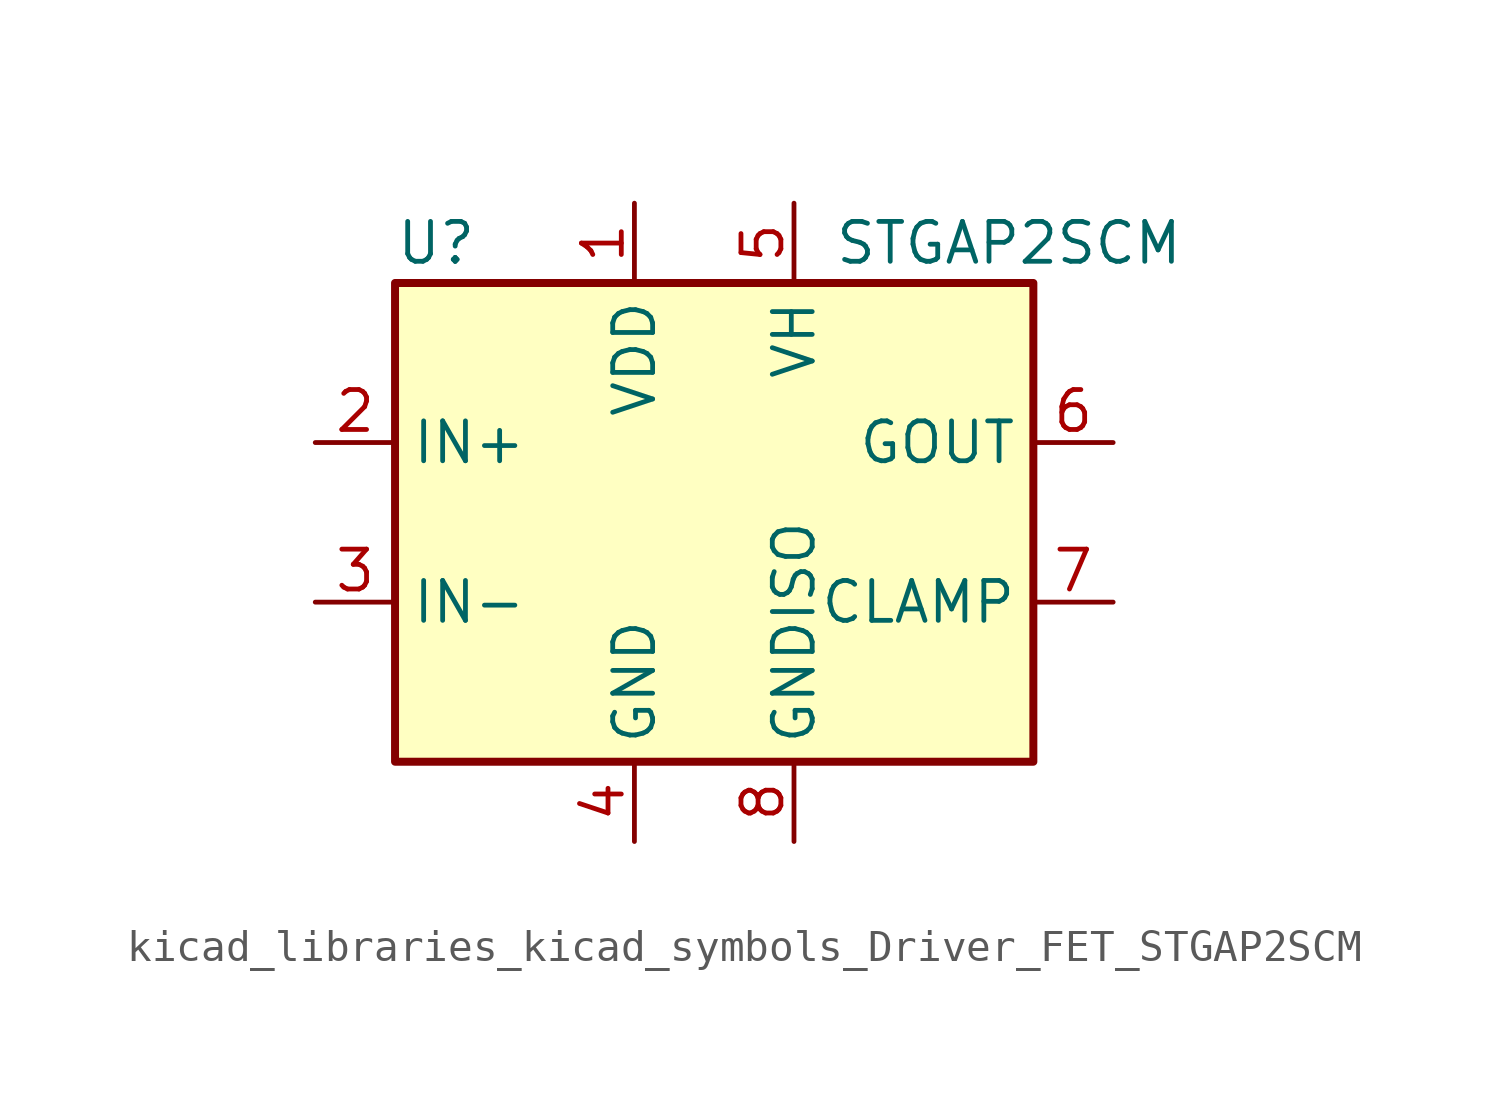
<source format=kicad_sym>
(kicad_symbol_lib
  (version 20220914)
  (generator kicad_symbol_editor)
  (symbol "kicad_libraries_kicad_symbols_Driver_FET_STGAP2SCM"
    (property "Reference" "U"
      (at -10.16 8.89 0)
      (effects (font (size 1.27 1.27)) (justify left)))
    (property "Value" "STGAP2SCM"
      (at 3.81 8.89 0)
      (effects (font (size 1.27 1.27)) (justify left)))
    (symbol "kicad_libraries_kicad_symbols_Driver_FET_STGAP2SCM_0_1"
      (rectangle (start -10.16 -7.62) (end 10.16 7.62) (stroke (width 0.254) (type default)) (fill (type background))))
    (symbol "kicad_libraries_kicad_symbols_Driver_FET_STGAP2SCM_1_1"
      (pin power_in line (at -2.54 10.16 270) (length 2.54) (name "VDD" (effects (font (size 1.27 1.27)))) (number "1" (effects (font (size 1.27 1.27)))))
      (pin input line (at -12.7 2.54 0) (length 2.54) (name "IN+" (effects (font (size 1.27 1.27)))) (number "2" (effects (font (size 1.27 1.27)))))
      (pin input line (at -12.7 -2.54 0) (length 2.54) (name "IN-" (effects (font (size 1.27 1.27)))) (number "3" (effects (font (size 1.27 1.27)))))
      (pin power_in line (at -2.54 -10.16 90) (length 2.54) (name "GND" (effects (font (size 1.27 1.27)))) (number "4" (effects (font (size 1.27 1.27)))))
      (pin power_in line (at 2.54 10.16 270) (length 2.54) (name "VH" (effects (font (size 1.27 1.27)))) (number "5" (effects (font (size 1.27 1.27)))))
      (pin output line (at 12.7 2.54 180) (length 2.54) (name "GOUT" (effects (font (size 1.27 1.27)))) (number "6" (effects (font (size 1.27 1.27)))))
      (pin output line (at 12.7 -2.54 180) (length 2.54) (name "CLAMP" (effects (font (size 1.27 1.27)))) (number "7" (effects (font (size 1.27 1.27)))))
      (pin power_in line (at 2.54 -10.16 90) (length 2.54) (name "GNDISO" (effects (font (size 1.27 1.27)))) (number "8" (effects (font (size 1.27 1.27))))))))
</source>
